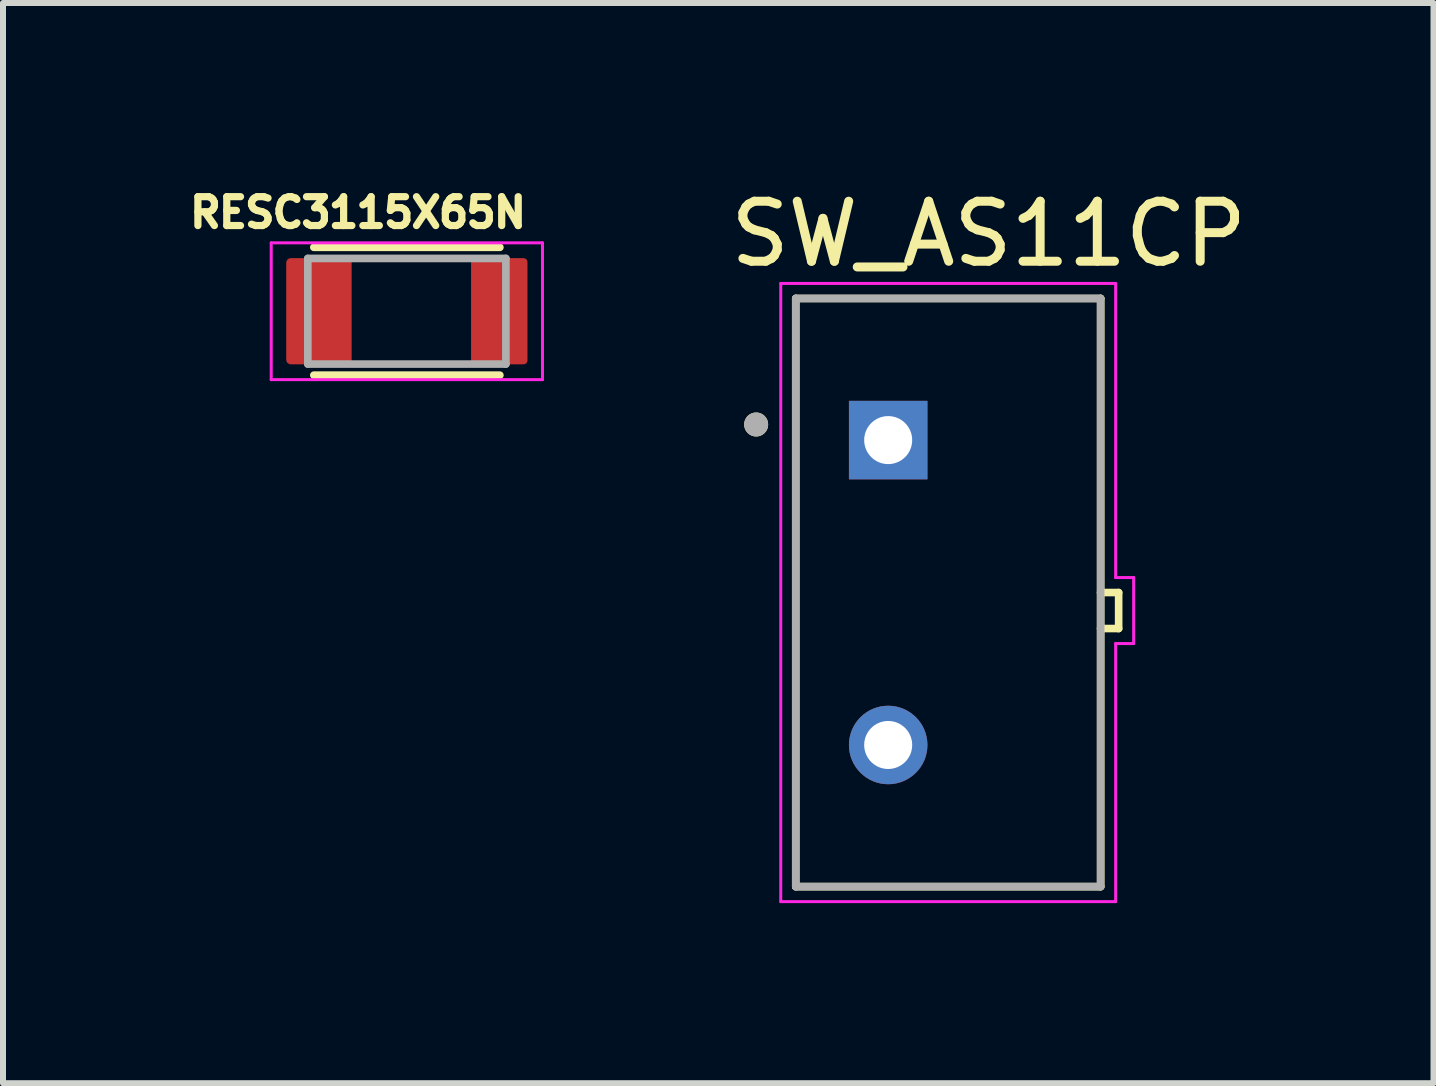
<source format=kicad_pcb>
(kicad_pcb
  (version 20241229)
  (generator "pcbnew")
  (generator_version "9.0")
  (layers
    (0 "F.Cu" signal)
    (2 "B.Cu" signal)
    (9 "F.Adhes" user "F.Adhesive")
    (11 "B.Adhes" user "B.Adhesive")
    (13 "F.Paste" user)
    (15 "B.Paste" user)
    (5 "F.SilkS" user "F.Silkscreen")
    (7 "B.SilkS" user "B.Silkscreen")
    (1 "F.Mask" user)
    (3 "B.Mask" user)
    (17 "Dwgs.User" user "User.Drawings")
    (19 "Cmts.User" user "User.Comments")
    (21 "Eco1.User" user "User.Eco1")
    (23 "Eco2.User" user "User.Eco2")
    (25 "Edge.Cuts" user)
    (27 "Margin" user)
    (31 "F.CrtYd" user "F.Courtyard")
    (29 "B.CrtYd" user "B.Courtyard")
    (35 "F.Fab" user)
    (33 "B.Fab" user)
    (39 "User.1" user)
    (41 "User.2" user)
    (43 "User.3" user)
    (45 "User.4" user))
  (footprint "SW_AS11CP"
    (layer "F.Cu")
    (at 12.749 6.823)
    (property "Reference" "SW_AS11CP" (at 0.675 -5.975 0) (layer "F.SilkS") (effects (font (size 1 1) (thickness 0.15))))
    (attr through_hole)
    (fp_line (start -2.54 -4.9) (end 2.54 -4.9) (stroke (width 0.127) (type solid)) (layer "F.SilkS"))
    (fp_line (start -2.54 4.9) (end -2.54 -4.9) (stroke (width 0.127) (type solid)) (layer "F.SilkS"))
    (fp_line (start 2.54 -4.9) (end 2.54 0) (stroke (width 0.127) (type solid)) (layer "F.SilkS"))
    (fp_line (start 2.54 0) (end 2.54 0.6) (stroke (width 0.127) (type solid)) (layer "F.SilkS"))
    (fp_line (start 2.54 0) (end 2.84 0) (stroke (width 0.127) (type solid)) (layer "F.SilkS"))
    (fp_line (start 2.54 0.6) (end 2.54 4.9) (stroke (width 0.127) (type solid)) (layer "F.SilkS"))
    (fp_line (start 2.54 4.9) (end -2.54 4.9) (stroke (width 0.127) (type solid)) (layer "F.SilkS"))
    (fp_line (start 2.84 0) (end 2.84 0.6) (stroke (width 0.127) (type solid)) (layer "F.SilkS"))
    (fp_line (start 2.84 0.6) (end 2.54 0.6) (stroke (width 0.127) (type solid)) (layer "F.SilkS"))
    (fp_circle (center -3.2 -2.8) (end -3.1 -2.8) (stroke (width 0.2) (type solid)) (fill no) (layer "F.SilkS"))
    (fp_line (start -2.79 -5.15) (end 2.79 -5.15) (stroke (width 0.05) (type solid)) (layer "F.CrtYd"))
    (fp_line (start -2.79 5.15) (end -2.79 -5.15) (stroke (width 0.05) (type solid)) (layer "F.CrtYd"))
    (fp_line (start 2.79 -5.15) (end 2.79 -0.25) (stroke (width 0.05) (type solid)) (layer "F.CrtYd"))
    (fp_line (start 2.79 -0.25) (end 3.09 -0.25) (stroke (width 0.05) (type solid)) (layer "F.CrtYd"))
    (fp_line (start 2.79 0.85) (end 2.79 5.15) (stroke (width 0.05) (type solid)) (layer "F.CrtYd"))
    (fp_line (start 2.79 5.15) (end -2.79 5.15) (stroke (width 0.05) (type solid)) (layer "F.CrtYd"))
    (fp_line (start 3.09 -0.25) (end 3.09 0.85) (stroke (width 0.05) (type solid)) (layer "F.CrtYd"))
    (fp_line (start 3.09 0.85) (end 2.79 0.85) (stroke (width 0.05) (type solid)) (layer "F.CrtYd"))
    (fp_line (start -2.54 -4.9) (end 2.54 -4.9) (stroke (width 0.127) (type solid)) (layer "F.Fab"))
    (fp_line (start -2.54 4.9) (end -2.54 -4.9) (stroke (width 0.127) (type solid)) (layer "F.Fab"))
    (fp_line (start 2.54 -4.9) (end 2.54 4.9) (stroke (width 0.127) (type solid)) (layer "F.Fab"))
    (fp_line (start 2.54 4.9) (end -2.54 4.9) (stroke (width 0.127) (type solid)) (layer "F.Fab"))
    (fp_circle (center -3.2 -2.8) (end -3.1 -2.8) (stroke (width 0.2) (type solid)) (fill no) (layer "F.Fab"))
    (pad "1" thru_hole rect (at -1 -2.54) (size 1.308 1.308) (drill 0.8) (layers "*.Cu" "*.Mask"))
    (pad "3" thru_hole circle (at -1 2.54) (size 1.308 1.308) (drill 0.8) (layers "*.Cu" "*.Mask")))
  (footprint "RESC3115X65N"
    (layer "F.Cu")
    (at 3.729 2.136)
    (property "Reference" "RESC3115X65N" (at -0.813 -1.644 0) (layer "F.SilkS") (effects (font (size 0.481 0.481) (thickness 0.15))))
    (attr smd)
    (fp_line (start -1.55 -1.065) (end 1.55 -1.065) (stroke (width 0.127) (type solid)) (layer "F.SilkS"))
    (fp_line (start -1.55 1.065) (end 1.55 1.065) (stroke (width 0.127) (type solid)) (layer "F.SilkS"))
    (fp_line (start -2.26 -1.14) (end 2.26 -1.14) (stroke (width 0.05) (type solid)) (layer "F.CrtYd"))
    (fp_line (start -2.26 1.14) (end -2.26 -1.14) (stroke (width 0.05) (type solid)) (layer "F.CrtYd"))
    (fp_line (start 2.26 -1.14) (end 2.26 1.14) (stroke (width 0.05) (type solid)) (layer "F.CrtYd"))
    (fp_line (start 2.26 1.14) (end -2.26 1.14) (stroke (width 0.05) (type solid)) (layer "F.CrtYd"))
    (fp_line (start -1.65 -0.88) (end -1.65 0.88) (stroke (width 0.127) (type solid)) (layer "F.Fab"))
    (fp_line (start -1.65 -0.88) (end 1.65 -0.88) (stroke (width 0.127) (type solid)) (layer "F.Fab"))
    (fp_line (start -1.65 0.88) (end 1.65 0.88) (stroke (width 0.127) (type solid)) (layer "F.Fab"))
    (fp_line (start 1.65 -0.88) (end 1.65 0.88) (stroke (width 0.127) (type solid)) (layer "F.Fab"))
    (pad "1" smd roundrect (at -1.465 0) (size 1.09 1.77) (layers "F.Cu" "F.Mask" "F.Paste") (roundrect_rratio 0.07))
    (pad "2" smd roundrect (at 1.54 0) (size 0.94 1.77) (layers "F.Cu" "F.Mask" "F.Paste") (roundrect_rratio 0.07)))
  (gr_rect
    (start -3 -3)
    (end 20.835 14.998)
    (stroke (width 0.1) (type default))
    (fill no)
    (layer "Edge.Cuts")))
</source>
